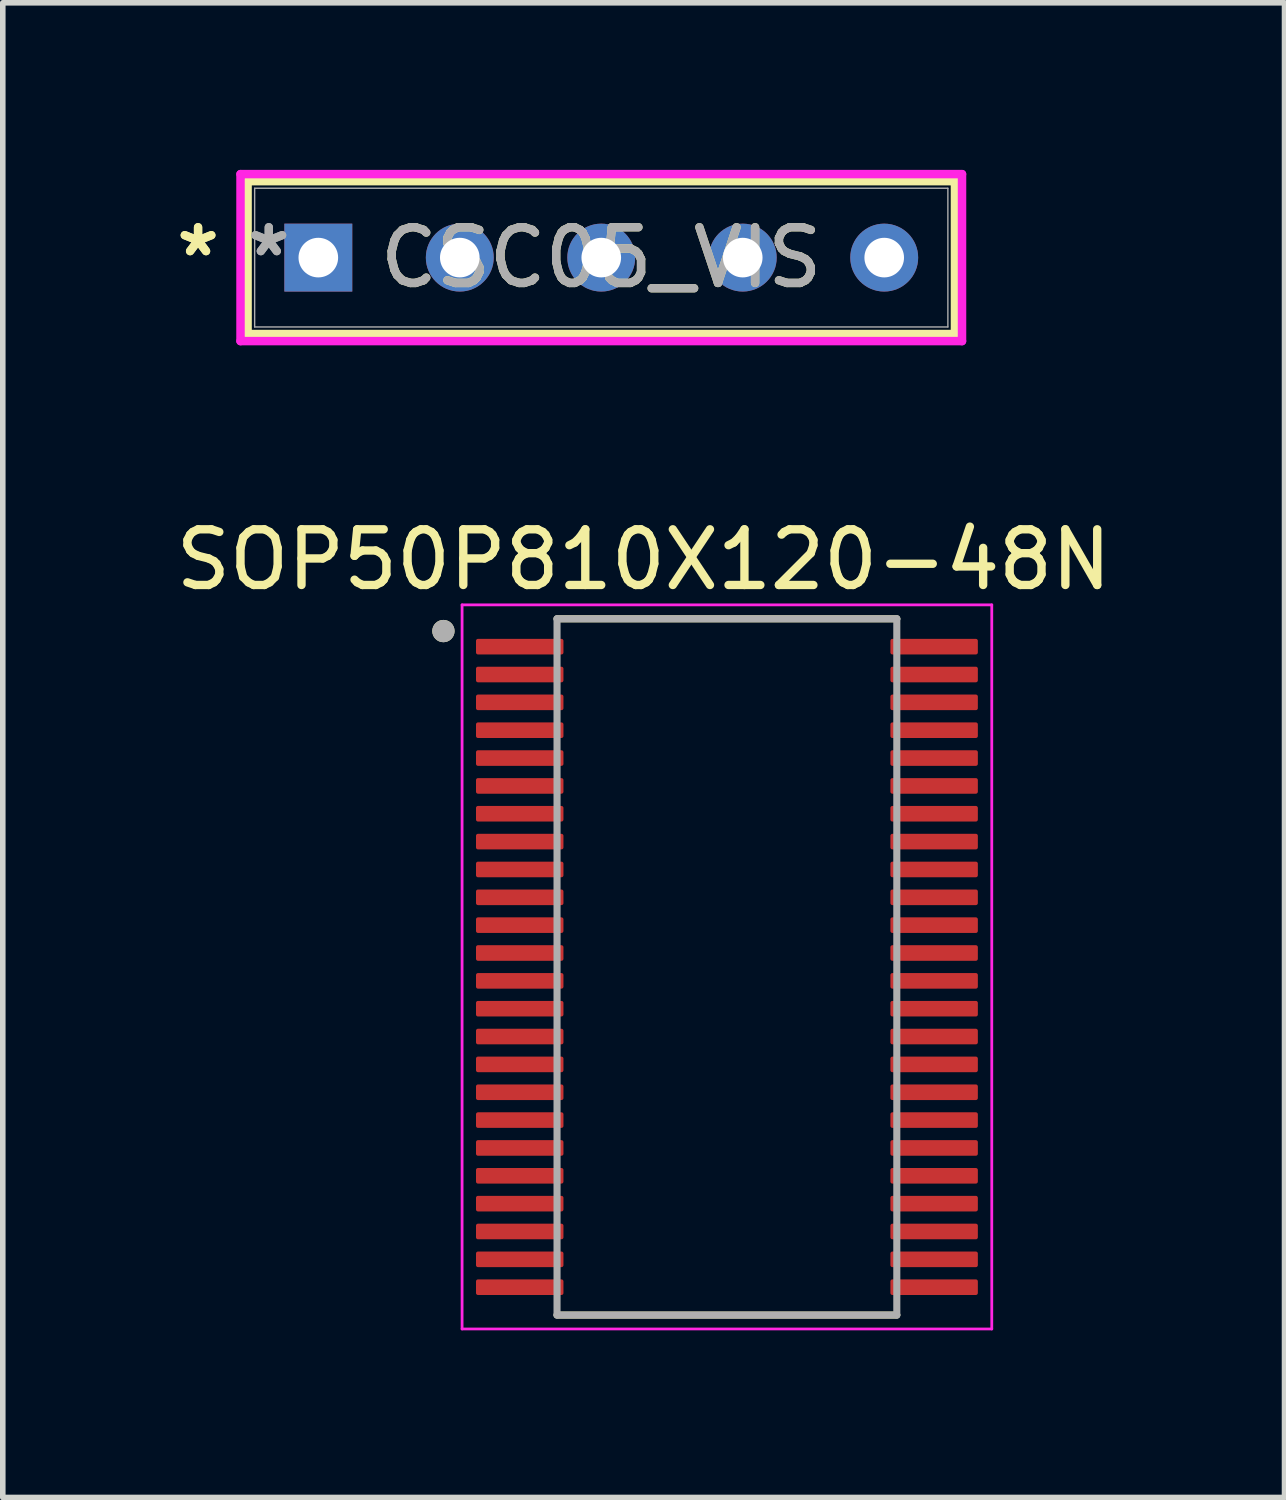
<source format=kicad_pcb>
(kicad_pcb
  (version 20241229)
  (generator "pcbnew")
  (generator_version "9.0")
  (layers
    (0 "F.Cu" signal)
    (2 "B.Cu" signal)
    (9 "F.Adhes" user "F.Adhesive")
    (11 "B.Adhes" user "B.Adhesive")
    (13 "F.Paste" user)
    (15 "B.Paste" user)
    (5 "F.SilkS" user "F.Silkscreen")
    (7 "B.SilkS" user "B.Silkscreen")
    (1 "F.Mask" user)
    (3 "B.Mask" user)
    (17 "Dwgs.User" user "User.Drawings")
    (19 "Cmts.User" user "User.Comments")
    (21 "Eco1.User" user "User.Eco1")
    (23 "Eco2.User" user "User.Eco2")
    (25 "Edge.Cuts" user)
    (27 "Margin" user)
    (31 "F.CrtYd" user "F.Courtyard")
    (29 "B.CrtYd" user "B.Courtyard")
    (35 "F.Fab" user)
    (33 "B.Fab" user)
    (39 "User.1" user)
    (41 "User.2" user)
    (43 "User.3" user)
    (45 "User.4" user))
  (footprint "CSC05_VIS"
    (layer "F.Cu")
    (at 2.665 1.575)
    (property "Reference" "CSC05_VIS" (at 5.08 0 0) (unlocked yes) (layer "F.SilkS") (effects (font (size 1 1) (thickness 0.15))))
    (attr through_hole)
    (fp_line (start -1.27 -1.372) (end -1.27 1.372) (stroke (width 0.152) (type solid)) (layer "F.SilkS"))
    (fp_line (start -1.27 1.372) (end 11.43 1.372) (stroke (width 0.152) (type solid)) (layer "F.SilkS"))
    (fp_line (start 11.43 -1.372) (end -1.27 -1.372) (stroke (width 0.152) (type solid)) (layer "F.SilkS"))
    (fp_line (start 11.43 1.372) (end 11.43 -1.372) (stroke (width 0.152) (type solid)) (layer "F.SilkS"))
    (fp_line (start -1.397 -1.499) (end 11.557 -1.499) (stroke (width 0.152) (type solid)) (layer "F.CrtYd"))
    (fp_line (start -1.397 1.499) (end -1.397 -1.499) (stroke (width 0.152) (type solid)) (layer "F.CrtYd"))
    (fp_line (start 11.557 -1.499) (end 11.557 1.499) (stroke (width 0.152) (type solid)) (layer "F.CrtYd"))
    (fp_line (start 11.557 1.499) (end -1.397 1.499) (stroke (width 0.152) (type solid)) (layer "F.CrtYd"))
    (fp_line (start -1.143 -1.245) (end -1.143 1.245) (stroke (width 0.025) (type solid)) (layer "F.Fab"))
    (fp_line (start -1.143 1.245) (end 11.303 1.245) (stroke (width 0.025) (type solid)) (layer "F.Fab"))
    (fp_line (start 11.303 -1.245) (end -1.143 -1.245) (stroke (width 0.025) (type solid)) (layer "F.Fab"))
    (fp_line (start 11.303 1.245) (end 11.303 -1.245) (stroke (width 0.025) (type solid)) (layer "F.Fab"))
    (fp_text user "*" (at -2.159 0 0) (layer "F.SilkS") (effects (font (size 1 1) (thickness 0.15))))
    (fp_text user "*" (at -2.159 0 0) (unlocked yes) (layer "F.SilkS") (effects (font (size 1 1) (thickness 0.15))))
    (fp_text user "${REFERENCE}" (at 5.08 0 0) (unlocked yes) (layer "F.Fab") (effects (font (size 1 1) (thickness 0.15))))
    (fp_text user "*" (at -0.889 0 0) (layer "F.Fab") (effects (font (size 1 1) (thickness 0.15))))
    (fp_text user "*" (at -0.889 0 0) (unlocked yes) (layer "F.Fab") (effects (font (size 1 1) (thickness 0.15))))
    (pad "1" thru_hole rect (at 0 0) (size 1.219 1.219) (drill 0.711) (layers "*.Cu" "*.Mask"))
    (pad "2" thru_hole circle (at 2.54 0) (size 1.219 1.219) (drill 0.711) (layers "*.Cu" "*.Mask"))
    (pad "3" thru_hole circle (at 5.08 0) (size 1.219 1.219) (drill 0.711) (layers "*.Cu" "*.Mask"))
    (pad "4" thru_hole circle (at 7.62 0) (size 1.219 1.219) (drill 0.711) (layers "*.Cu" "*.Mask"))
    (pad "5" thru_hole circle (at 10.16 0) (size 1.219 1.219) (drill 0.711) (layers "*.Cu" "*.Mask")))
  (footprint "SOP50P810X120-48N"
    (layer "F.Cu")
    (at 10.001 14.31)
    (property "Reference" "SOP50P810X120-48N" (at -1.495 -7.312 0) (layer "F.SilkS") (effects (font (size 1 1) (thickness 0.15))))
    (attr smd)
    (fp_line (start -3.05 -6.25) (end 3.05 -6.25) (stroke (width 0.127) (type solid)) (layer "F.SilkS"))
    (fp_line (start -3.05 6.25) (end 3.05 6.25) (stroke (width 0.127) (type solid)) (layer "F.SilkS"))
    (fp_circle (center -5.09 -6.03) (end -4.99 -6.03) (stroke (width 0.2) (type solid)) (fill no) (layer "F.SilkS"))
    (fp_line (start -4.755 -6.5) (end -4.755 6.5) (stroke (width 0.05) (type solid)) (layer "F.CrtYd"))
    (fp_line (start -4.755 -6.5) (end 4.755 -6.5) (stroke (width 0.05) (type solid)) (layer "F.CrtYd"))
    (fp_line (start -4.755 6.5) (end 4.755 6.5) (stroke (width 0.05) (type solid)) (layer "F.CrtYd"))
    (fp_line (start 4.755 -6.5) (end 4.755 6.5) (stroke (width 0.05) (type solid)) (layer "F.CrtYd"))
    (fp_line (start -3.05 -6.25) (end -3.05 6.25) (stroke (width 0.127) (type solid)) (layer "F.Fab"))
    (fp_line (start -3.05 -6.25) (end 3.05 -6.25) (stroke (width 0.127) (type solid)) (layer "F.Fab"))
    (fp_line (start -3.05 6.25) (end 3.05 6.25) (stroke (width 0.127) (type solid)) (layer "F.Fab"))
    (fp_line (start 3.05 -6.25) (end 3.05 6.25) (stroke (width 0.127) (type solid)) (layer "F.Fab"))
    (fp_circle (center -5.09 -6.03) (end -4.99 -6.03) (stroke (width 0.2) (type solid)) (fill no) (layer "F.Fab"))
    (pad "1" smd roundrect (at -3.72 -5.75) (size 1.57 0.28) (layers "F.Cu" "F.Mask" "F.Paste") (roundrect_rratio 0.125))
    (pad "2" smd roundrect (at -3.72 -5.25) (size 1.57 0.28) (layers "F.Cu" "F.Mask" "F.Paste") (roundrect_rratio 0.125))
    (pad "3" smd roundrect (at -3.72 -4.75) (size 1.57 0.28) (layers "F.Cu" "F.Mask" "F.Paste") (roundrect_rratio 0.125))
    (pad "4" smd roundrect (at -3.72 -4.25) (size 1.57 0.28) (layers "F.Cu" "F.Mask" "F.Paste") (roundrect_rratio 0.125))
    (pad "5" smd roundrect (at -3.72 -3.75) (size 1.57 0.28) (layers "F.Cu" "F.Mask" "F.Paste") (roundrect_rratio 0.125))
    (pad "6" smd roundrect (at -3.72 -3.25) (size 1.57 0.28) (layers "F.Cu" "F.Mask" "F.Paste") (roundrect_rratio 0.125))
    (pad "7" smd roundrect (at -3.72 -2.75) (size 1.57 0.28) (layers "F.Cu" "F.Mask" "F.Paste") (roundrect_rratio 0.125))
    (pad "8" smd roundrect (at -3.72 -2.25) (size 1.57 0.28) (layers "F.Cu" "F.Mask" "F.Paste") (roundrect_rratio 0.125))
    (pad "9" smd roundrect (at -3.72 -1.75) (size 1.57 0.28) (layers "F.Cu" "F.Mask" "F.Paste") (roundrect_rratio 0.125))
    (pad "10" smd roundrect (at -3.72 -1.25) (size 1.57 0.28) (layers "F.Cu" "F.Mask" "F.Paste") (roundrect_rratio 0.125))
    (pad "11" smd roundrect (at -3.72 -0.75) (size 1.57 0.28) (layers "F.Cu" "F.Mask" "F.Paste") (roundrect_rratio 0.125))
    (pad "12" smd roundrect (at -3.72 -0.25) (size 1.57 0.28) (layers "F.Cu" "F.Mask" "F.Paste") (roundrect_rratio 0.125))
    (pad "13" smd roundrect (at -3.72 0.25) (size 1.57 0.28) (layers "F.Cu" "F.Mask" "F.Paste") (roundrect_rratio 0.125))
    (pad "14" smd roundrect (at -3.72 0.75) (size 1.57 0.28) (layers "F.Cu" "F.Mask" "F.Paste") (roundrect_rratio 0.125))
    (pad "15" smd roundrect (at -3.72 1.25) (size 1.57 0.28) (layers "F.Cu" "F.Mask" "F.Paste") (roundrect_rratio 0.125))
    (pad "16" smd roundrect (at -3.72 1.75) (size 1.57 0.28) (layers "F.Cu" "F.Mask" "F.Paste") (roundrect_rratio 0.125))
    (pad "17" smd roundrect (at -3.72 2.25) (size 1.57 0.28) (layers "F.Cu" "F.Mask" "F.Paste") (roundrect_rratio 0.125))
    (pad "18" smd roundrect (at -3.72 2.75) (size 1.57 0.28) (layers "F.Cu" "F.Mask" "F.Paste") (roundrect_rratio 0.125))
    (pad "19" smd roundrect (at -3.72 3.25) (size 1.57 0.28) (layers "F.Cu" "F.Mask" "F.Paste") (roundrect_rratio 0.125))
    (pad "20" smd roundrect (at -3.72 3.75) (size 1.57 0.28) (layers "F.Cu" "F.Mask" "F.Paste") (roundrect_rratio 0.125))
    (pad "21" smd roundrect (at -3.72 4.25) (size 1.57 0.28) (layers "F.Cu" "F.Mask" "F.Paste") (roundrect_rratio 0.125))
    (pad "22" smd roundrect (at -3.72 4.75) (size 1.57 0.28) (layers "F.Cu" "F.Mask" "F.Paste") (roundrect_rratio 0.125))
    (pad "23" smd roundrect (at -3.72 5.25) (size 1.57 0.28) (layers "F.Cu" "F.Mask" "F.Paste") (roundrect_rratio 0.125))
    (pad "24" smd roundrect (at -3.72 5.75) (size 1.57 0.28) (layers "F.Cu" "F.Mask" "F.Paste") (roundrect_rratio 0.125))
    (pad "25" smd roundrect (at 3.72 5.75) (size 1.57 0.28) (layers "F.Cu" "F.Mask" "F.Paste") (roundrect_rratio 0.125))
    (pad "26" smd roundrect (at 3.72 5.25) (size 1.57 0.28) (layers "F.Cu" "F.Mask" "F.Paste") (roundrect_rratio 0.125))
    (pad "27" smd roundrect (at 3.72 4.75) (size 1.57 0.28) (layers "F.Cu" "F.Mask" "F.Paste") (roundrect_rratio 0.125))
    (pad "28" smd roundrect (at 3.72 4.25) (size 1.57 0.28) (layers "F.Cu" "F.Mask" "F.Paste") (roundrect_rratio 0.125))
    (pad "29" smd roundrect (at 3.72 3.75) (size 1.57 0.28) (layers "F.Cu" "F.Mask" "F.Paste") (roundrect_rratio 0.125))
    (pad "30" smd roundrect (at 3.72 3.25) (size 1.57 0.28) (layers "F.Cu" "F.Mask" "F.Paste") (roundrect_rratio 0.125))
    (pad "31" smd roundrect (at 3.72 2.75) (size 1.57 0.28) (layers "F.Cu" "F.Mask" "F.Paste") (roundrect_rratio 0.125))
    (pad "32" smd roundrect (at 3.72 2.25) (size 1.57 0.28) (layers "F.Cu" "F.Mask" "F.Paste") (roundrect_rratio 0.125))
    (pad "33" smd roundrect (at 3.72 1.75) (size 1.57 0.28) (layers "F.Cu" "F.Mask" "F.Paste") (roundrect_rratio 0.125))
    (pad "34" smd roundrect (at 3.72 1.25) (size 1.57 0.28) (layers "F.Cu" "F.Mask" "F.Paste") (roundrect_rratio 0.125))
    (pad "35" smd roundrect (at 3.72 0.75) (size 1.57 0.28) (layers "F.Cu" "F.Mask" "F.Paste") (roundrect_rratio 0.125))
    (pad "36" smd roundrect (at 3.72 0.25) (size 1.57 0.28) (layers "F.Cu" "F.Mask" "F.Paste") (roundrect_rratio 0.125))
    (pad "37" smd roundrect (at 3.72 -0.25) (size 1.57 0.28) (layers "F.Cu" "F.Mask" "F.Paste") (roundrect_rratio 0.125))
    (pad "38" smd roundrect (at 3.72 -0.75) (size 1.57 0.28) (layers "F.Cu" "F.Mask" "F.Paste") (roundrect_rratio 0.125))
    (pad "39" smd roundrect (at 3.72 -1.25) (size 1.57 0.28) (layers "F.Cu" "F.Mask" "F.Paste") (roundrect_rratio 0.125))
    (pad "40" smd roundrect (at 3.72 -1.75) (size 1.57 0.28) (layers "F.Cu" "F.Mask" "F.Paste") (roundrect_rratio 0.125))
    (pad "41" smd roundrect (at 3.72 -2.25) (size 1.57 0.28) (layers "F.Cu" "F.Mask" "F.Paste") (roundrect_rratio 0.125))
    (pad "42" smd roundrect (at 3.72 -2.75) (size 1.57 0.28) (layers "F.Cu" "F.Mask" "F.Paste") (roundrect_rratio 0.125))
    (pad "43" smd roundrect (at 3.72 -3.25) (size 1.57 0.28) (layers "F.Cu" "F.Mask" "F.Paste") (roundrect_rratio 0.125))
    (pad "44" smd roundrect (at 3.72 -3.75) (size 1.57 0.28) (layers "F.Cu" "F.Mask" "F.Paste") (roundrect_rratio 0.125))
    (pad "45" smd roundrect (at 3.72 -4.25) (size 1.57 0.28) (layers "F.Cu" "F.Mask" "F.Paste") (roundrect_rratio 0.125))
    (pad "46" smd roundrect (at 3.72 -4.75) (size 1.57 0.28) (layers "F.Cu" "F.Mask" "F.Paste") (roundrect_rratio 0.125))
    (pad "47" smd roundrect (at 3.72 -5.25) (size 1.57 0.28) (layers "F.Cu" "F.Mask" "F.Paste") (roundrect_rratio 0.125))
    (pad "48" smd roundrect (at 3.72 -5.75) (size 1.57 0.28) (layers "F.Cu" "F.Mask" "F.Paste") (roundrect_rratio 0.125)))
  (gr_rect
    (start -3 -3)
    (end 20.012 23.835)
    (stroke (width 0.1) (type default))
    (fill no)
    (layer "Edge.Cuts")))
</source>
